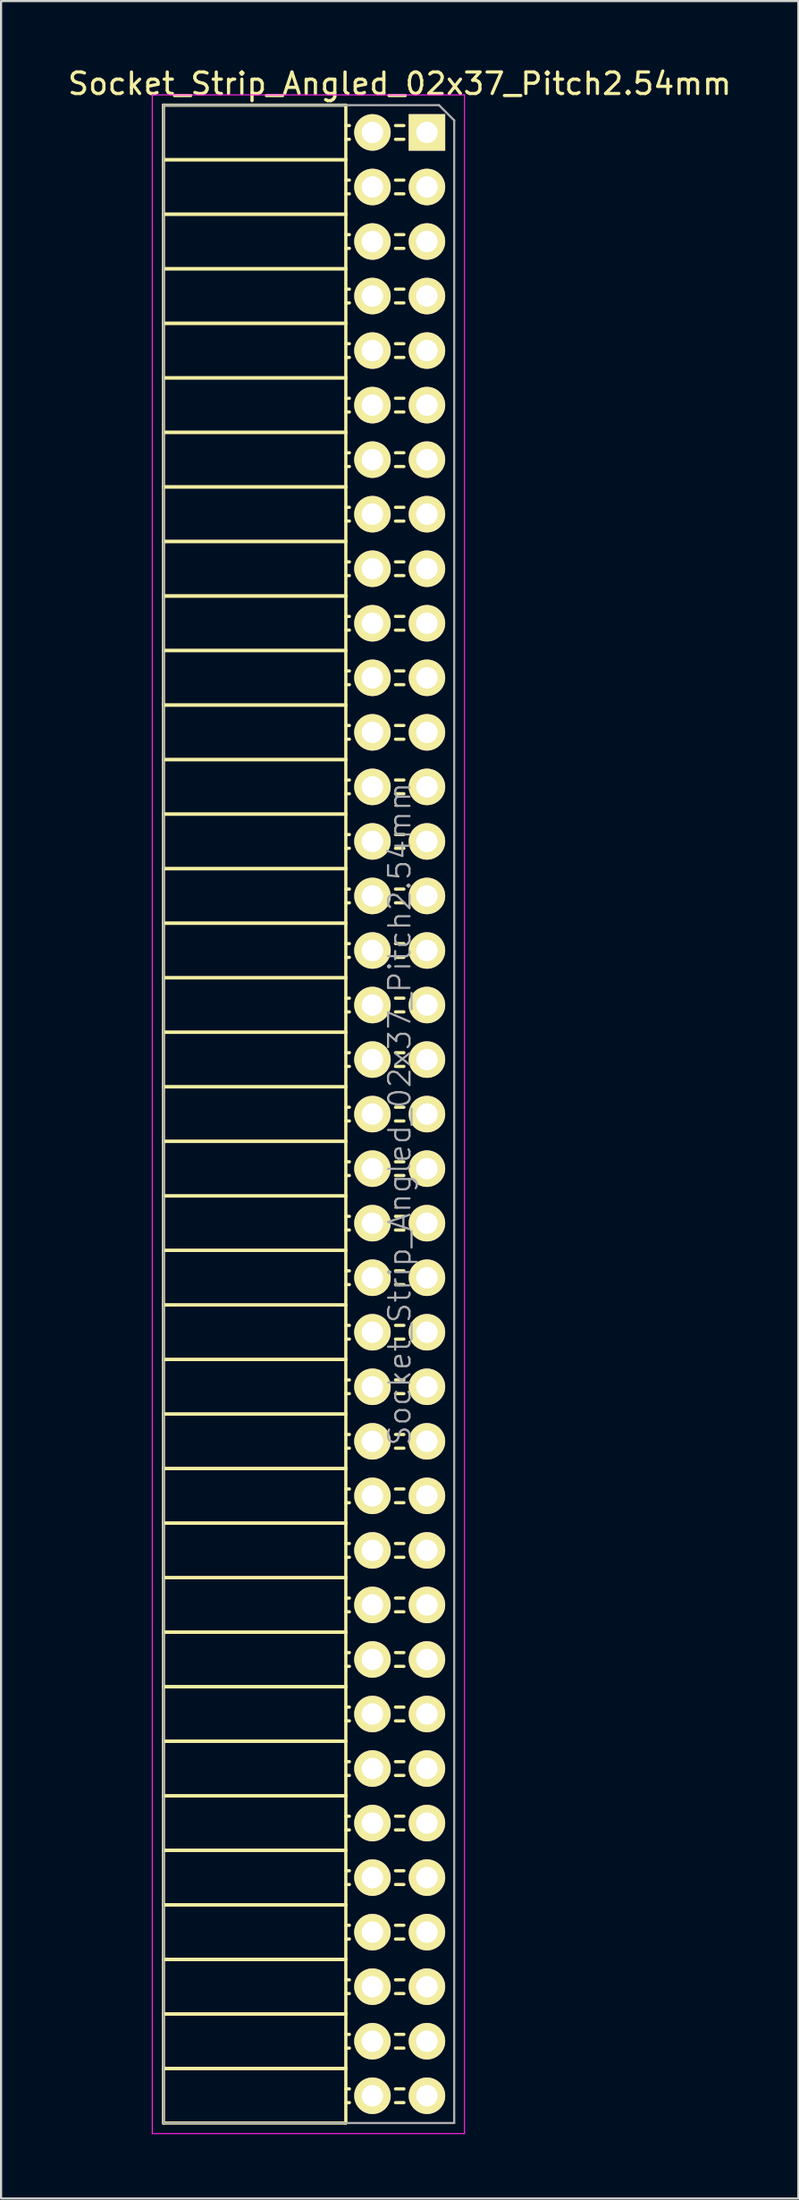
<source format=kicad_pcb>
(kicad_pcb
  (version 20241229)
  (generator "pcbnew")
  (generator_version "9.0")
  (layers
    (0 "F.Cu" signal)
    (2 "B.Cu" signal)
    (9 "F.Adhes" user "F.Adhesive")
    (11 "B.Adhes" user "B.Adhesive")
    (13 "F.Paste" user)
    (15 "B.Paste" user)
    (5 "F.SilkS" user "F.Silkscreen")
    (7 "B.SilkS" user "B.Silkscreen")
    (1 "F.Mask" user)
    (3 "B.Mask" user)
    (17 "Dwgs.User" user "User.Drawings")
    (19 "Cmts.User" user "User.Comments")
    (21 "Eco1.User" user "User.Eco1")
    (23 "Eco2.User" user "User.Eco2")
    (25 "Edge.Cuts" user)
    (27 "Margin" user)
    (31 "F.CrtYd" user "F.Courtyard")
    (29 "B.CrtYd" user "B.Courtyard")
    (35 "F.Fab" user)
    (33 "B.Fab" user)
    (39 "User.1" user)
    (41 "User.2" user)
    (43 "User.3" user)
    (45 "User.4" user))
  (footprint "Socket_Strip_Angled_02x37_Pitch2.54mm"
    (layer "F.Cu")
    (at 16.847 3.118)
    (property "Reference" "Socket_Strip_Angled_02x37_Pitch2.54mm" (at -1.27 -2.27 0) (layer "F.SilkS") (effects (font (size 1 1) (thickness 0.15))))
    (attr smd)
    (fp_line (start -12.28 -1.27) (end -12.28 1.27) (stroke (width 0.15) (type solid)) (layer "F.SilkS"))
    (fp_line (start -12.28 -1.27) (end -3.78 -1.27) (stroke (width 0.15) (type solid)) (layer "F.SilkS"))
    (fp_line (start -12.28 1.27) (end -12.28 3.81) (stroke (width 0.15) (type solid)) (layer "F.SilkS"))
    (fp_line (start -12.28 1.27) (end -3.78 1.27) (stroke (width 0.15) (type solid)) (layer "F.SilkS"))
    (fp_line (start -12.28 1.27) (end -3.78 1.27) (stroke (width 0.15) (type solid)) (layer "F.SilkS"))
    (fp_line (start -12.28 3.81) (end -12.28 6.35) (stroke (width 0.15) (type solid)) (layer "F.SilkS"))
    (fp_line (start -12.28 3.81) (end -3.78 3.81) (stroke (width 0.15) (type solid)) (layer "F.SilkS"))
    (fp_line (start -12.28 3.81) (end -3.78 3.81) (stroke (width 0.15) (type solid)) (layer "F.SilkS"))
    (fp_line (start -12.28 6.35) (end -12.28 8.89) (stroke (width 0.15) (type solid)) (layer "F.SilkS"))
    (fp_line (start -12.28 6.35) (end -3.78 6.35) (stroke (width 0.15) (type solid)) (layer "F.SilkS"))
    (fp_line (start -12.28 6.35) (end -3.78 6.35) (stroke (width 0.15) (type solid)) (layer "F.SilkS"))
    (fp_line (start -12.28 8.89) (end -12.28 11.43) (stroke (width 0.15) (type solid)) (layer "F.SilkS"))
    (fp_line (start -12.28 8.89) (end -3.78 8.89) (stroke (width 0.15) (type solid)) (layer "F.SilkS"))
    (fp_line (start -12.28 8.89) (end -3.78 8.89) (stroke (width 0.15) (type solid)) (layer "F.SilkS"))
    (fp_line (start -12.28 11.43) (end -12.28 13.97) (stroke (width 0.15) (type solid)) (layer "F.SilkS"))
    (fp_line (start -12.28 11.43) (end -3.78 11.43) (stroke (width 0.15) (type solid)) (layer "F.SilkS"))
    (fp_line (start -12.28 11.43) (end -3.78 11.43) (stroke (width 0.15) (type solid)) (layer "F.SilkS"))
    (fp_line (start -12.28 13.97) (end -12.28 16.51) (stroke (width 0.15) (type solid)) (layer "F.SilkS"))
    (fp_line (start -12.28 13.97) (end -3.78 13.97) (stroke (width 0.15) (type solid)) (layer "F.SilkS"))
    (fp_line (start -12.28 13.97) (end -3.78 13.97) (stroke (width 0.15) (type solid)) (layer "F.SilkS"))
    (fp_line (start -12.28 16.51) (end -12.28 19.05) (stroke (width 0.15) (type solid)) (layer "F.SilkS"))
    (fp_line (start -12.28 16.51) (end -3.78 16.51) (stroke (width 0.15) (type solid)) (layer "F.SilkS"))
    (fp_line (start -12.28 16.51) (end -3.78 16.51) (stroke (width 0.15) (type solid)) (layer "F.SilkS"))
    (fp_line (start -12.28 19.05) (end -12.28 21.59) (stroke (width 0.15) (type solid)) (layer "F.SilkS"))
    (fp_line (start -12.28 19.05) (end -3.78 19.05) (stroke (width 0.15) (type solid)) (layer "F.SilkS"))
    (fp_line (start -12.28 19.05) (end -3.78 19.05) (stroke (width 0.15) (type solid)) (layer "F.SilkS"))
    (fp_line (start -12.28 21.59) (end -12.28 24.13) (stroke (width 0.15) (type solid)) (layer "F.SilkS"))
    (fp_line (start -12.28 21.59) (end -3.78 21.59) (stroke (width 0.15) (type solid)) (layer "F.SilkS"))
    (fp_line (start -12.28 21.59) (end -3.78 21.59) (stroke (width 0.15) (type solid)) (layer "F.SilkS"))
    (fp_line (start -12.28 24.13) (end -12.28 26.67) (stroke (width 0.15) (type solid)) (layer "F.SilkS"))
    (fp_line (start -12.28 24.13) (end -3.78 24.13) (stroke (width 0.15) (type solid)) (layer "F.SilkS"))
    (fp_line (start -12.28 24.13) (end -3.78 24.13) (stroke (width 0.15) (type solid)) (layer "F.SilkS"))
    (fp_line (start -12.28 26.67) (end -12.28 29.21) (stroke (width 0.15) (type solid)) (layer "F.SilkS"))
    (fp_line (start -12.28 26.67) (end -3.78 26.67) (stroke (width 0.15) (type solid)) (layer "F.SilkS"))
    (fp_line (start -12.28 26.67) (end -3.78 26.67) (stroke (width 0.15) (type solid)) (layer "F.SilkS"))
    (fp_line (start -12.28 29.21) (end -12.28 31.75) (stroke (width 0.15) (type solid)) (layer "F.SilkS"))
    (fp_line (start -12.28 29.21) (end -3.78 29.21) (stroke (width 0.15) (type solid)) (layer "F.SilkS"))
    (fp_line (start -12.28 29.21) (end -3.78 29.21) (stroke (width 0.15) (type solid)) (layer "F.SilkS"))
    (fp_line (start -12.28 31.75) (end -12.28 34.29) (stroke (width 0.15) (type solid)) (layer "F.SilkS"))
    (fp_line (start -12.28 31.75) (end -3.78 31.75) (stroke (width 0.15) (type solid)) (layer "F.SilkS"))
    (fp_line (start -12.28 31.75) (end -3.78 31.75) (stroke (width 0.15) (type solid)) (layer "F.SilkS"))
    (fp_line (start -12.28 34.29) (end -12.28 36.83) (stroke (width 0.15) (type solid)) (layer "F.SilkS"))
    (fp_line (start -12.28 34.29) (end -3.78 34.29) (stroke (width 0.15) (type solid)) (layer "F.SilkS"))
    (fp_line (start -12.28 34.29) (end -3.78 34.29) (stroke (width 0.15) (type solid)) (layer "F.SilkS"))
    (fp_line (start -12.28 36.83) (end -12.28 39.37) (stroke (width 0.15) (type solid)) (layer "F.SilkS"))
    (fp_line (start -12.28 36.83) (end -3.78 36.83) (stroke (width 0.15) (type solid)) (layer "F.SilkS"))
    (fp_line (start -12.28 36.83) (end -3.78 36.83) (stroke (width 0.15) (type solid)) (layer "F.SilkS"))
    (fp_line (start -12.28 39.37) (end -12.28 41.91) (stroke (width 0.15) (type solid)) (layer "F.SilkS"))
    (fp_line (start -12.28 39.37) (end -3.78 39.37) (stroke (width 0.15) (type solid)) (layer "F.SilkS"))
    (fp_line (start -12.28 39.37) (end -3.78 39.37) (stroke (width 0.15) (type solid)) (layer "F.SilkS"))
    (fp_line (start -12.28 41.91) (end -12.28 44.45) (stroke (width 0.15) (type solid)) (layer "F.SilkS"))
    (fp_line (start -12.28 41.91) (end -3.78 41.91) (stroke (width 0.15) (type solid)) (layer "F.SilkS"))
    (fp_line (start -12.28 41.91) (end -3.78 41.91) (stroke (width 0.15) (type solid)) (layer "F.SilkS"))
    (fp_line (start -12.28 44.45) (end -12.28 46.99) (stroke (width 0.15) (type solid)) (layer "F.SilkS"))
    (fp_line (start -12.28 44.45) (end -3.78 44.45) (stroke (width 0.15) (type solid)) (layer "F.SilkS"))
    (fp_line (start -12.28 44.45) (end -3.78 44.45) (stroke (width 0.15) (type solid)) (layer "F.SilkS"))
    (fp_line (start -12.28 46.99) (end -12.28 49.53) (stroke (width 0.15) (type solid)) (layer "F.SilkS"))
    (fp_line (start -12.28 46.99) (end -3.78 46.99) (stroke (width 0.15) (type solid)) (layer "F.SilkS"))
    (fp_line (start -12.28 46.99) (end -3.78 46.99) (stroke (width 0.15) (type solid)) (layer "F.SilkS"))
    (fp_line (start -12.28 49.53) (end -12.28 52.07) (stroke (width 0.15) (type solid)) (layer "F.SilkS"))
    (fp_line (start -12.28 49.53) (end -3.78 49.53) (stroke (width 0.15) (type solid)) (layer "F.SilkS"))
    (fp_line (start -12.28 49.53) (end -3.78 49.53) (stroke (width 0.15) (type solid)) (layer "F.SilkS"))
    (fp_line (start -12.28 52.07) (end -12.28 54.61) (stroke (width 0.15) (type solid)) (layer "F.SilkS"))
    (fp_line (start -12.28 52.07) (end -3.78 52.07) (stroke (width 0.15) (type solid)) (layer "F.SilkS"))
    (fp_line (start -12.28 52.07) (end -3.78 52.07) (stroke (width 0.15) (type solid)) (layer "F.SilkS"))
    (fp_line (start -12.28 54.61) (end -12.28 57.15) (stroke (width 0.15) (type solid)) (layer "F.SilkS"))
    (fp_line (start -12.28 54.61) (end -3.78 54.61) (stroke (width 0.15) (type solid)) (layer "F.SilkS"))
    (fp_line (start -12.28 54.61) (end -3.78 54.61) (stroke (width 0.15) (type solid)) (layer "F.SilkS"))
    (fp_line (start -12.28 57.15) (end -12.28 59.69) (stroke (width 0.15) (type solid)) (layer "F.SilkS"))
    (fp_line (start -12.28 57.15) (end -3.78 57.15) (stroke (width 0.15) (type solid)) (layer "F.SilkS"))
    (fp_line (start -12.28 57.15) (end -3.78 57.15) (stroke (width 0.15) (type solid)) (layer "F.SilkS"))
    (fp_line (start -12.28 59.69) (end -12.28 62.23) (stroke (width 0.15) (type solid)) (layer "F.SilkS"))
    (fp_line (start -12.28 59.69) (end -3.78 59.69) (stroke (width 0.15) (type solid)) (layer "F.SilkS"))
    (fp_line (start -12.28 59.69) (end -3.78 59.69) (stroke (width 0.15) (type solid)) (layer "F.SilkS"))
    (fp_line (start -12.28 62.23) (end -12.28 64.77) (stroke (width 0.15) (type solid)) (layer "F.SilkS"))
    (fp_line (start -12.28 62.23) (end -3.78 62.23) (stroke (width 0.15) (type solid)) (layer "F.SilkS"))
    (fp_line (start -12.28 62.23) (end -3.78 62.23) (stroke (width 0.15) (type solid)) (layer "F.SilkS"))
    (fp_line (start -12.28 64.77) (end -12.28 67.31) (stroke (width 0.15) (type solid)) (layer "F.SilkS"))
    (fp_line (start -12.28 64.77) (end -3.78 64.77) (stroke (width 0.15) (type solid)) (layer "F.SilkS"))
    (fp_line (start -12.28 64.77) (end -3.78 64.77) (stroke (width 0.15) (type solid)) (layer "F.SilkS"))
    (fp_line (start -12.28 67.31) (end -12.28 69.85) (stroke (width 0.15) (type solid)) (layer "F.SilkS"))
    (fp_line (start -12.28 67.31) (end -3.78 67.31) (stroke (width 0.15) (type solid)) (layer "F.SilkS"))
    (fp_line (start -12.28 67.31) (end -3.78 67.31) (stroke (width 0.15) (type solid)) (layer "F.SilkS"))
    (fp_line (start -12.28 69.85) (end -12.28 72.39) (stroke (width 0.15) (type solid)) (layer "F.SilkS"))
    (fp_line (start -12.28 69.85) (end -3.78 69.85) (stroke (width 0.15) (type solid)) (layer "F.SilkS"))
    (fp_line (start -12.28 69.85) (end -3.78 69.85) (stroke (width 0.15) (type solid)) (layer "F.SilkS"))
    (fp_line (start -12.28 72.39) (end -12.28 74.93) (stroke (width 0.15) (type solid)) (layer "F.SilkS"))
    (fp_line (start -12.28 72.39) (end -3.78 72.39) (stroke (width 0.15) (type solid)) (layer "F.SilkS"))
    (fp_line (start -12.28 72.39) (end -3.78 72.39) (stroke (width 0.15) (type solid)) (layer "F.SilkS"))
    (fp_line (start -12.28 74.93) (end -12.28 77.47) (stroke (width 0.15) (type solid)) (layer "F.SilkS"))
    (fp_line (start -12.28 74.93) (end -3.78 74.93) (stroke (width 0.15) (type solid)) (layer "F.SilkS"))
    (fp_line (start -12.28 74.93) (end -3.78 74.93) (stroke (width 0.15) (type solid)) (layer "F.SilkS"))
    (fp_line (start -12.28 77.47) (end -12.28 80.01) (stroke (width 0.15) (type solid)) (layer "F.SilkS"))
    (fp_line (start -12.28 77.47) (end -3.78 77.47) (stroke (width 0.15) (type solid)) (layer "F.SilkS"))
    (fp_line (start -12.28 77.47) (end -3.78 77.47) (stroke (width 0.15) (type solid)) (layer "F.SilkS"))
    (fp_line (start -12.28 80.01) (end -12.28 82.55) (stroke (width 0.15) (type solid)) (layer "F.SilkS"))
    (fp_line (start -12.28 80.01) (end -3.78 80.01) (stroke (width 0.15) (type solid)) (layer "F.SilkS"))
    (fp_line (start -12.28 80.01) (end -3.78 80.01) (stroke (width 0.15) (type solid)) (layer "F.SilkS"))
    (fp_line (start -12.28 82.55) (end -12.28 85.09) (stroke (width 0.15) (type solid)) (layer "F.SilkS"))
    (fp_line (start -12.28 82.55) (end -3.78 82.55) (stroke (width 0.15) (type solid)) (layer "F.SilkS"))
    (fp_line (start -12.28 82.55) (end -3.78 82.55) (stroke (width 0.15) (type solid)) (layer "F.SilkS"))
    (fp_line (start -12.28 85.09) (end -12.28 87.63) (stroke (width 0.15) (type solid)) (layer "F.SilkS"))
    (fp_line (start -12.28 85.09) (end -3.78 85.09) (stroke (width 0.15) (type solid)) (layer "F.SilkS"))
    (fp_line (start -12.28 85.09) (end -3.78 85.09) (stroke (width 0.15) (type solid)) (layer "F.SilkS"))
    (fp_line (start -12.28 87.63) (end -12.28 90.17) (stroke (width 0.15) (type solid)) (layer "F.SilkS"))
    (fp_line (start -12.28 87.63) (end -3.78 87.63) (stroke (width 0.15) (type solid)) (layer "F.SilkS"))
    (fp_line (start -12.28 87.63) (end -3.78 87.63) (stroke (width 0.15) (type solid)) (layer "F.SilkS"))
    (fp_line (start -12.28 90.17) (end -12.28 92.71) (stroke (width 0.15) (type solid)) (layer "F.SilkS"))
    (fp_line (start -12.28 90.17) (end -3.78 90.17) (stroke (width 0.15) (type solid)) (layer "F.SilkS"))
    (fp_line (start -12.28 90.17) (end -3.78 90.17) (stroke (width 0.15) (type solid)) (layer "F.SilkS"))
    (fp_line (start -12.28 92.71) (end -3.78 92.71) (stroke (width 0.15) (type solid)) (layer "F.SilkS"))
    (fp_line (start -3.78 -1.27) (end -3.78 1.27) (stroke (width 0.15) (type solid)) (layer "F.SilkS"))
    (fp_line (start -3.78 -0.32) (end -3.615 -0.32) (stroke (width 0.15) (type solid)) (layer "F.SilkS"))
    (fp_line (start -3.78 0.32) (end -3.615 0.32) (stroke (width 0.15) (type solid)) (layer "F.SilkS"))
    (fp_line (start -3.78 1.27) (end -3.78 3.81) (stroke (width 0.15) (type solid)) (layer "F.SilkS"))
    (fp_line (start -3.78 2.22) (end -3.615 2.22) (stroke (width 0.15) (type solid)) (layer "F.SilkS"))
    (fp_line (start -3.78 2.86) (end -3.615 2.86) (stroke (width 0.15) (type solid)) (layer "F.SilkS"))
    (fp_line (start -3.78 3.81) (end -3.78 6.35) (stroke (width 0.15) (type solid)) (layer "F.SilkS"))
    (fp_line (start -3.78 4.76) (end -3.615 4.76) (stroke (width 0.15) (type solid)) (layer "F.SilkS"))
    (fp_line (start -3.78 5.4) (end -3.615 5.4) (stroke (width 0.15) (type solid)) (layer "F.SilkS"))
    (fp_line (start -3.78 6.35) (end -3.78 8.89) (stroke (width 0.15) (type solid)) (layer "F.SilkS"))
    (fp_line (start -3.78 7.3) (end -3.615 7.3) (stroke (width 0.15) (type solid)) (layer "F.SilkS"))
    (fp_line (start -3.78 7.94) (end -3.615 7.94) (stroke (width 0.15) (type solid)) (layer "F.SilkS"))
    (fp_line (start -3.78 8.89) (end -3.78 11.43) (stroke (width 0.15) (type solid)) (layer "F.SilkS"))
    (fp_line (start -3.78 9.84) (end -3.615 9.84) (stroke (width 0.15) (type solid)) (layer "F.SilkS"))
    (fp_line (start -3.78 10.48) (end -3.615 10.48) (stroke (width 0.15) (type solid)) (layer "F.SilkS"))
    (fp_line (start -3.78 11.43) (end -3.78 13.97) (stroke (width 0.15) (type solid)) (layer "F.SilkS"))
    (fp_line (start -3.78 12.38) (end -3.615 12.38) (stroke (width 0.15) (type solid)) (layer "F.SilkS"))
    (fp_line (start -3.78 13.02) (end -3.615 13.02) (stroke (width 0.15) (type solid)) (layer "F.SilkS"))
    (fp_line (start -3.78 13.97) (end -3.78 16.51) (stroke (width 0.15) (type solid)) (layer "F.SilkS"))
    (fp_line (start -3.78 14.92) (end -3.615 14.92) (stroke (width 0.15) (type solid)) (layer "F.SilkS"))
    (fp_line (start -3.78 15.56) (end -3.615 15.56) (stroke (width 0.15) (type solid)) (layer "F.SilkS"))
    (fp_line (start -3.78 16.51) (end -3.78 19.05) (stroke (width 0.15) (type solid)) (layer "F.SilkS"))
    (fp_line (start -3.78 17.46) (end -3.615 17.46) (stroke (width 0.15) (type solid)) (layer "F.SilkS"))
    (fp_line (start -3.78 18.1) (end -3.615 18.1) (stroke (width 0.15) (type solid)) (layer "F.SilkS"))
    (fp_line (start -3.78 19.05) (end -3.78 21.59) (stroke (width 0.15) (type solid)) (layer "F.SilkS"))
    (fp_line (start -3.78 20) (end -3.615 20) (stroke (width 0.15) (type solid)) (layer "F.SilkS"))
    (fp_line (start -3.78 20.64) (end -3.615 20.64) (stroke (width 0.15) (type solid)) (layer "F.SilkS"))
    (fp_line (start -3.78 21.59) (end -3.78 24.13) (stroke (width 0.15) (type solid)) (layer "F.SilkS"))
    (fp_line (start -3.78 22.54) (end -3.615 22.54) (stroke (width 0.15) (type solid)) (layer "F.SilkS"))
    (fp_line (start -3.78 23.18) (end -3.615 23.18) (stroke (width 0.15) (type solid)) (layer "F.SilkS"))
    (fp_line (start -3.78 24.13) (end -3.78 26.67) (stroke (width 0.15) (type solid)) (layer "F.SilkS"))
    (fp_line (start -3.78 25.08) (end -3.615 25.08) (stroke (width 0.15) (type solid)) (layer "F.SilkS"))
    (fp_line (start -3.78 25.72) (end -3.615 25.72) (stroke (width 0.15) (type solid)) (layer "F.SilkS"))
    (fp_line (start -3.78 26.67) (end -3.78 29.21) (stroke (width 0.15) (type solid)) (layer "F.SilkS"))
    (fp_line (start -3.78 27.62) (end -3.615 27.62) (stroke (width 0.15) (type solid)) (layer "F.SilkS"))
    (fp_line (start -3.78 28.26) (end -3.615 28.26) (stroke (width 0.15) (type solid)) (layer "F.SilkS"))
    (fp_line (start -3.78 29.21) (end -3.78 31.75) (stroke (width 0.15) (type solid)) (layer "F.SilkS"))
    (fp_line (start -3.78 30.16) (end -3.615 30.16) (stroke (width 0.15) (type solid)) (layer "F.SilkS"))
    (fp_line (start -3.78 30.8) (end -3.615 30.8) (stroke (width 0.15) (type solid)) (layer "F.SilkS"))
    (fp_line (start -3.78 31.75) (end -3.78 34.29) (stroke (width 0.15) (type solid)) (layer "F.SilkS"))
    (fp_line (start -3.78 32.7) (end -3.615 32.7) (stroke (width 0.15) (type solid)) (layer "F.SilkS"))
    (fp_line (start -3.78 33.34) (end -3.615 33.34) (stroke (width 0.15) (type solid)) (layer "F.SilkS"))
    (fp_line (start -3.78 34.29) (end -3.78 36.83) (stroke (width 0.15) (type solid)) (layer "F.SilkS"))
    (fp_line (start -3.78 35.24) (end -3.615 35.24) (stroke (width 0.15) (type solid)) (layer "F.SilkS"))
    (fp_line (start -3.78 35.88) (end -3.615 35.88) (stroke (width 0.15) (type solid)) (layer "F.SilkS"))
    (fp_line (start -3.78 36.83) (end -3.78 39.37) (stroke (width 0.15) (type solid)) (layer "F.SilkS"))
    (fp_line (start -3.78 37.78) (end -3.615 37.78) (stroke (width 0.15) (type solid)) (layer "F.SilkS"))
    (fp_line (start -3.78 38.42) (end -3.615 38.42) (stroke (width 0.15) (type solid)) (layer "F.SilkS"))
    (fp_line (start -3.78 39.37) (end -3.78 41.91) (stroke (width 0.15) (type solid)) (layer "F.SilkS"))
    (fp_line (start -3.78 40.32) (end -3.615 40.32) (stroke (width 0.15) (type solid)) (layer "F.SilkS"))
    (fp_line (start -3.78 40.96) (end -3.615 40.96) (stroke (width 0.15) (type solid)) (layer "F.SilkS"))
    (fp_line (start -3.78 41.91) (end -3.78 44.45) (stroke (width 0.15) (type solid)) (layer "F.SilkS"))
    (fp_line (start -3.78 42.86) (end -3.615 42.86) (stroke (width 0.15) (type solid)) (layer "F.SilkS"))
    (fp_line (start -3.78 43.5) (end -3.615 43.5) (stroke (width 0.15) (type solid)) (layer "F.SilkS"))
    (fp_line (start -3.78 44.45) (end -3.78 46.99) (stroke (width 0.15) (type solid)) (layer "F.SilkS"))
    (fp_line (start -3.78 45.4) (end -3.615 45.4) (stroke (width 0.15) (type solid)) (layer "F.SilkS"))
    (fp_line (start -3.78 46.04) (end -3.615 46.04) (stroke (width 0.15) (type solid)) (layer "F.SilkS"))
    (fp_line (start -3.78 46.99) (end -3.78 49.53) (stroke (width 0.15) (type solid)) (layer "F.SilkS"))
    (fp_line (start -3.78 47.94) (end -3.615 47.94) (stroke (width 0.15) (type solid)) (layer "F.SilkS"))
    (fp_line (start -3.78 48.58) (end -3.615 48.58) (stroke (width 0.15) (type solid)) (layer "F.SilkS"))
    (fp_line (start -3.78 49.53) (end -3.78 52.07) (stroke (width 0.15) (type solid)) (layer "F.SilkS"))
    (fp_line (start -3.78 50.48) (end -3.615 50.48) (stroke (width 0.15) (type solid)) (layer "F.SilkS"))
    (fp_line (start -3.78 51.12) (end -3.615 51.12) (stroke (width 0.15) (type solid)) (layer "F.SilkS"))
    (fp_line (start -3.78 52.07) (end -3.78 54.61) (stroke (width 0.15) (type solid)) (layer "F.SilkS"))
    (fp_line (start -3.78 53.02) (end -3.615 53.02) (stroke (width 0.15) (type solid)) (layer "F.SilkS"))
    (fp_line (start -3.78 53.66) (end -3.615 53.66) (stroke (width 0.15) (type solid)) (layer "F.SilkS"))
    (fp_line (start -3.78 54.61) (end -3.78 57.15) (stroke (width 0.15) (type solid)) (layer "F.SilkS"))
    (fp_line (start -3.78 55.56) (end -3.615 55.56) (stroke (width 0.15) (type solid)) (layer "F.SilkS"))
    (fp_line (start -3.78 56.2) (end -3.615 56.2) (stroke (width 0.15) (type solid)) (layer "F.SilkS"))
    (fp_line (start -3.78 57.15) (end -3.78 59.69) (stroke (width 0.15) (type solid)) (layer "F.SilkS"))
    (fp_line (start -3.78 58.1) (end -3.615 58.1) (stroke (width 0.15) (type solid)) (layer "F.SilkS"))
    (fp_line (start -3.78 58.74) (end -3.615 58.74) (stroke (width 0.15) (type solid)) (layer "F.SilkS"))
    (fp_line (start -3.78 59.69) (end -3.78 62.23) (stroke (width 0.15) (type solid)) (layer "F.SilkS"))
    (fp_line (start -3.78 60.64) (end -3.615 60.64) (stroke (width 0.15) (type solid)) (layer "F.SilkS"))
    (fp_line (start -3.78 61.28) (end -3.615 61.28) (stroke (width 0.15) (type solid)) (layer "F.SilkS"))
    (fp_line (start -3.78 62.23) (end -3.78 64.77) (stroke (width 0.15) (type solid)) (layer "F.SilkS"))
    (fp_line (start -3.78 63.18) (end -3.615 63.18) (stroke (width 0.15) (type solid)) (layer "F.SilkS"))
    (fp_line (start -3.78 63.82) (end -3.615 63.82) (stroke (width 0.15) (type solid)) (layer "F.SilkS"))
    (fp_line (start -3.78 64.77) (end -3.78 67.31) (stroke (width 0.15) (type solid)) (layer "F.SilkS"))
    (fp_line (start -3.78 65.72) (end -3.615 65.72) (stroke (width 0.15) (type solid)) (layer "F.SilkS"))
    (fp_line (start -3.78 66.36) (end -3.615 66.36) (stroke (width 0.15) (type solid)) (layer "F.SilkS"))
    (fp_line (start -3.78 67.31) (end -3.78 69.85) (stroke (width 0.15) (type solid)) (layer "F.SilkS"))
    (fp_line (start -3.78 68.26) (end -3.615 68.26) (stroke (width 0.15) (type solid)) (layer "F.SilkS"))
    (fp_line (start -3.78 68.9) (end -3.615 68.9) (stroke (width 0.15) (type solid)) (layer "F.SilkS"))
    (fp_line (start -3.78 69.85) (end -3.78 72.39) (stroke (width 0.15) (type solid)) (layer "F.SilkS"))
    (fp_line (start -3.78 70.8) (end -3.615 70.8) (stroke (width 0.15) (type solid)) (layer "F.SilkS"))
    (fp_line (start -3.78 71.44) (end -3.615 71.44) (stroke (width 0.15) (type solid)) (layer "F.SilkS"))
    (fp_line (start -3.78 72.39) (end -3.78 74.93) (stroke (width 0.15) (type solid)) (layer "F.SilkS"))
    (fp_line (start -3.78 73.34) (end -3.615 73.34) (stroke (width 0.15) (type solid)) (layer "F.SilkS"))
    (fp_line (start -3.78 73.98) (end -3.615 73.98) (stroke (width 0.15) (type solid)) (layer "F.SilkS"))
    (fp_line (start -3.78 74.93) (end -3.78 77.47) (stroke (width 0.15) (type solid)) (layer "F.SilkS"))
    (fp_line (start -3.78 75.88) (end -3.615 75.88) (stroke (width 0.15) (type solid)) (layer "F.SilkS"))
    (fp_line (start -3.78 76.52) (end -3.615 76.52) (stroke (width 0.15) (type solid)) (layer "F.SilkS"))
    (fp_line (start -3.78 77.47) (end -3.78 80.01) (stroke (width 0.15) (type solid)) (layer "F.SilkS"))
    (fp_line (start -3.78 78.42) (end -3.615 78.42) (stroke (width 0.15) (type solid)) (layer "F.SilkS"))
    (fp_line (start -3.78 79.06) (end -3.615 79.06) (stroke (width 0.15) (type solid)) (layer "F.SilkS"))
    (fp_line (start -3.78 80.01) (end -3.78 82.55) (stroke (width 0.15) (type solid)) (layer "F.SilkS"))
    (fp_line (start -3.78 80.96) (end -3.615 80.96) (stroke (width 0.15) (type solid)) (layer "F.SilkS"))
    (fp_line (start -3.78 81.6) (end -3.615 81.6) (stroke (width 0.15) (type solid)) (layer "F.SilkS"))
    (fp_line (start -3.78 82.55) (end -3.78 85.09) (stroke (width 0.15) (type solid)) (layer "F.SilkS"))
    (fp_line (start -3.78 83.5) (end -3.615 83.5) (stroke (width 0.15) (type solid)) (layer "F.SilkS"))
    (fp_line (start -3.78 84.14) (end -3.615 84.14) (stroke (width 0.15) (type solid)) (layer "F.SilkS"))
    (fp_line (start -3.78 85.09) (end -3.78 87.63) (stroke (width 0.15) (type solid)) (layer "F.SilkS"))
    (fp_line (start -3.78 86.04) (end -3.615 86.04) (stroke (width 0.15) (type solid)) (layer "F.SilkS"))
    (fp_line (start -3.78 86.68) (end -3.615 86.68) (stroke (width 0.15) (type solid)) (layer "F.SilkS"))
    (fp_line (start -3.78 87.63) (end -3.78 90.17) (stroke (width 0.15) (type solid)) (layer "F.SilkS"))
    (fp_line (start -3.78 88.58) (end -3.615 88.58) (stroke (width 0.15) (type solid)) (layer "F.SilkS"))
    (fp_line (start -3.78 89.22) (end -3.615 89.22) (stroke (width 0.15) (type solid)) (layer "F.SilkS"))
    (fp_line (start -3.78 90.17) (end -3.78 92.71) (stroke (width 0.15) (type solid)) (layer "F.SilkS"))
    (fp_line (start -3.78 91.12) (end -3.615 91.12) (stroke (width 0.15) (type solid)) (layer "F.SilkS"))
    (fp_line (start -3.78 91.76) (end -3.615 91.76) (stroke (width 0.15) (type solid)) (layer "F.SilkS"))
    (fp_line (start -1.075 -0.32) (end -1.465 -0.32) (stroke (width 0.15) (type solid)) (layer "F.SilkS"))
    (fp_line (start -1.075 0.32) (end -1.465 0.32) (stroke (width 0.15) (type solid)) (layer "F.SilkS"))
    (fp_line (start -1.075 2.22) (end -1.465 2.22) (stroke (width 0.15) (type solid)) (layer "F.SilkS"))
    (fp_line (start -1.075 2.86) (end -1.465 2.86) (stroke (width 0.15) (type solid)) (layer "F.SilkS"))
    (fp_line (start -1.075 4.76) (end -1.465 4.76) (stroke (width 0.15) (type solid)) (layer "F.SilkS"))
    (fp_line (start -1.075 5.4) (end -1.465 5.4) (stroke (width 0.15) (type solid)) (layer "F.SilkS"))
    (fp_line (start -1.075 7.3) (end -1.465 7.3) (stroke (width 0.15) (type solid)) (layer "F.SilkS"))
    (fp_line (start -1.075 7.94) (end -1.465 7.94) (stroke (width 0.15) (type solid)) (layer "F.SilkS"))
    (fp_line (start -1.075 9.84) (end -1.465 9.84) (stroke (width 0.15) (type solid)) (layer "F.SilkS"))
    (fp_line (start -1.075 10.48) (end -1.465 10.48) (stroke (width 0.15) (type solid)) (layer "F.SilkS"))
    (fp_line (start -1.075 12.38) (end -1.465 12.38) (stroke (width 0.15) (type solid)) (layer "F.SilkS"))
    (fp_line (start -1.075 13.02) (end -1.465 13.02) (stroke (width 0.15) (type solid)) (layer "F.SilkS"))
    (fp_line (start -1.075 14.92) (end -1.465 14.92) (stroke (width 0.15) (type solid)) (layer "F.SilkS"))
    (fp_line (start -1.075 15.56) (end -1.465 15.56) (stroke (width 0.15) (type solid)) (layer "F.SilkS"))
    (fp_line (start -1.075 17.46) (end -1.465 17.46) (stroke (width 0.15) (type solid)) (layer "F.SilkS"))
    (fp_line (start -1.075 18.1) (end -1.465 18.1) (stroke (width 0.15) (type solid)) (layer "F.SilkS"))
    (fp_line (start -1.075 20) (end -1.465 20) (stroke (width 0.15) (type solid)) (layer "F.SilkS"))
    (fp_line (start -1.075 20.64) (end -1.465 20.64) (stroke (width 0.15) (type solid)) (layer "F.SilkS"))
    (fp_line (start -1.075 22.54) (end -1.465 22.54) (stroke (width 0.15) (type solid)) (layer "F.SilkS"))
    (fp_line (start -1.075 23.18) (end -1.465 23.18) (stroke (width 0.15) (type solid)) (layer "F.SilkS"))
    (fp_line (start -1.075 25.08) (end -1.465 25.08) (stroke (width 0.15) (type solid)) (layer "F.SilkS"))
    (fp_line (start -1.075 25.72) (end -1.465 25.72) (stroke (width 0.15) (type solid)) (layer "F.SilkS"))
    (fp_line (start -1.075 27.62) (end -1.465 27.62) (stroke (width 0.15) (type solid)) (layer "F.SilkS"))
    (fp_line (start -1.075 28.26) (end -1.465 28.26) (stroke (width 0.15) (type solid)) (layer "F.SilkS"))
    (fp_line (start -1.075 30.16) (end -1.465 30.16) (stroke (width 0.15) (type solid)) (layer "F.SilkS"))
    (fp_line (start -1.075 30.8) (end -1.465 30.8) (stroke (width 0.15) (type solid)) (layer "F.SilkS"))
    (fp_line (start -1.075 32.7) (end -1.465 32.7) (stroke (width 0.15) (type solid)) (layer "F.SilkS"))
    (fp_line (start -1.075 33.34) (end -1.465 33.34) (stroke (width 0.15) (type solid)) (layer "F.SilkS"))
    (fp_line (start -1.075 35.24) (end -1.465 35.24) (stroke (width 0.15) (type solid)) (layer "F.SilkS"))
    (fp_line (start -1.075 35.88) (end -1.465 35.88) (stroke (width 0.15) (type solid)) (layer "F.SilkS"))
    (fp_line (start -1.075 37.78) (end -1.465 37.78) (stroke (width 0.15) (type solid)) (layer "F.SilkS"))
    (fp_line (start -1.075 38.42) (end -1.465 38.42) (stroke (width 0.15) (type solid)) (layer "F.SilkS"))
    (fp_line (start -1.075 40.32) (end -1.465 40.32) (stroke (width 0.15) (type solid)) (layer "F.SilkS"))
    (fp_line (start -1.075 40.96) (end -1.465 40.96) (stroke (width 0.15) (type solid)) (layer "F.SilkS"))
    (fp_line (start -1.075 42.86) (end -1.465 42.86) (stroke (width 0.15) (type solid)) (layer "F.SilkS"))
    (fp_line (start -1.075 43.5) (end -1.465 43.5) (stroke (width 0.15) (type solid)) (layer "F.SilkS"))
    (fp_line (start -1.075 45.4) (end -1.465 45.4) (stroke (width 0.15) (type solid)) (layer "F.SilkS"))
    (fp_line (start -1.075 46.04) (end -1.465 46.04) (stroke (width 0.15) (type solid)) (layer "F.SilkS"))
    (fp_line (start -1.075 47.94) (end -1.465 47.94) (stroke (width 0.15) (type solid)) (layer "F.SilkS"))
    (fp_line (start -1.075 48.58) (end -1.465 48.58) (stroke (width 0.15) (type solid)) (layer "F.SilkS"))
    (fp_line (start -1.075 50.48) (end -1.465 50.48) (stroke (width 0.15) (type solid)) (layer "F.SilkS"))
    (fp_line (start -1.075 51.12) (end -1.465 51.12) (stroke (width 0.15) (type solid)) (layer "F.SilkS"))
    (fp_line (start -1.075 53.02) (end -1.465 53.02) (stroke (width 0.15) (type solid)) (layer "F.SilkS"))
    (fp_line (start -1.075 53.66) (end -1.465 53.66) (stroke (width 0.15) (type solid)) (layer "F.SilkS"))
    (fp_line (start -1.075 55.56) (end -1.465 55.56) (stroke (width 0.15) (type solid)) (layer "F.SilkS"))
    (fp_line (start -1.075 56.2) (end -1.465 56.2) (stroke (width 0.15) (type solid)) (layer "F.SilkS"))
    (fp_line (start -1.075 58.1) (end -1.465 58.1) (stroke (width 0.15) (type solid)) (layer "F.SilkS"))
    (fp_line (start -1.075 58.74) (end -1.465 58.74) (stroke (width 0.15) (type solid)) (layer "F.SilkS"))
    (fp_line (start -1.075 60.64) (end -1.465 60.64) (stroke (width 0.15) (type solid)) (layer "F.SilkS"))
    (fp_line (start -1.075 61.28) (end -1.465 61.28) (stroke (width 0.15) (type solid)) (layer "F.SilkS"))
    (fp_line (start -1.075 63.18) (end -1.465 63.18) (stroke (width 0.15) (type solid)) (layer "F.SilkS"))
    (fp_line (start -1.075 63.82) (end -1.465 63.82) (stroke (width 0.15) (type solid)) (layer "F.SilkS"))
    (fp_line (start -1.075 65.72) (end -1.465 65.72) (stroke (width 0.15) (type solid)) (layer "F.SilkS"))
    (fp_line (start -1.075 66.36) (end -1.465 66.36) (stroke (width 0.15) (type solid)) (layer "F.SilkS"))
    (fp_line (start -1.075 68.26) (end -1.465 68.26) (stroke (width 0.15) (type solid)) (layer "F.SilkS"))
    (fp_line (start -1.075 68.9) (end -1.465 68.9) (stroke (width 0.15) (type solid)) (layer "F.SilkS"))
    (fp_line (start -1.075 70.8) (end -1.465 70.8) (stroke (width 0.15) (type solid)) (layer "F.SilkS"))
    (fp_line (start -1.075 71.44) (end -1.465 71.44) (stroke (width 0.15) (type solid)) (layer "F.SilkS"))
    (fp_line (start -1.075 73.34) (end -1.465 73.34) (stroke (width 0.15) (type solid)) (layer "F.SilkS"))
    (fp_line (start -1.075 73.98) (end -1.465 73.98) (stroke (width 0.15) (type solid)) (layer "F.SilkS"))
    (fp_line (start -1.075 75.88) (end -1.465 75.88) (stroke (width 0.15) (type solid)) (layer "F.SilkS"))
    (fp_line (start -1.075 76.52) (end -1.465 76.52) (stroke (width 0.15) (type solid)) (layer "F.SilkS"))
    (fp_line (start -1.075 78.42) (end -1.465 78.42) (stroke (width 0.15) (type solid)) (layer "F.SilkS"))
    (fp_line (start -1.075 79.06) (end -1.465 79.06) (stroke (width 0.15) (type solid)) (layer "F.SilkS"))
    (fp_line (start -1.075 80.96) (end -1.465 80.96) (stroke (width 0.15) (type solid)) (layer "F.SilkS"))
    (fp_line (start -1.075 81.6) (end -1.465 81.6) (stroke (width 0.15) (type solid)) (layer "F.SilkS"))
    (fp_line (start -1.075 83.5) (end -1.465 83.5) (stroke (width 0.15) (type solid)) (layer "F.SilkS"))
    (fp_line (start -1.075 84.14) (end -1.465 84.14) (stroke (width 0.15) (type solid)) (layer "F.SilkS"))
    (fp_line (start -1.075 86.04) (end -1.465 86.04) (stroke (width 0.15) (type solid)) (layer "F.SilkS"))
    (fp_line (start -1.075 86.68) (end -1.465 86.68) (stroke (width 0.15) (type solid)) (layer "F.SilkS"))
    (fp_line (start -1.075 88.58) (end -1.465 88.58) (stroke (width 0.15) (type solid)) (layer "F.SilkS"))
    (fp_line (start -1.075 89.22) (end -1.465 89.22) (stroke (width 0.15) (type solid)) (layer "F.SilkS"))
    (fp_line (start -1.075 91.12) (end -1.465 91.12) (stroke (width 0.15) (type solid)) (layer "F.SilkS"))
    (fp_line (start -1.075 91.76) (end -1.465 91.76) (stroke (width 0.15) (type solid)) (layer "F.SilkS"))
    (fp_line (start -12.8 -1.75) (end 1.75 -1.75) (stroke (width 0.05) (type solid)) (layer "F.CrtYd"))
    (fp_line (start -12.8 93.2) (end -12.8 -1.75) (stroke (width 0.05) (type solid)) (layer "F.CrtYd"))
    (fp_line (start -12.8 93.2) (end 1.75 93.2) (stroke (width 0.05) (type solid)) (layer "F.CrtYd"))
    (fp_line (start 1.75 93.2) (end 1.75 -1.75) (stroke (width 0.05) (type solid)) (layer "F.CrtYd"))
    (fp_line (start -12.28 -1.27) (end 0.563 -1.27) (stroke (width 0.1) (type solid)) (layer "F.Fab"))
    (fp_line (start -12.28 92.71) (end -12.28 -1.27) (stroke (width 0.1) (type solid)) (layer "F.Fab"))
    (fp_line (start -12.28 92.71) (end 1.27 92.71) (stroke (width 0.1) (type solid)) (layer "F.Fab"))
    (fp_line (start 1.27 -0.563) (end 0.563 -1.27) (stroke (width 0.1) (type solid)) (layer "F.Fab"))
    (fp_line (start 1.27 92.71) (end 1.27 -0.563) (stroke (width 0.1) (type solid)) (layer "F.Fab"))
    (fp_text user "${REFERENCE}" (at -1.27 45.72 90) (layer "F.Fab") (effects (font (size 1 1) (thickness 0.1))))
    (pad "1" thru_hole rect (at 0 0) (size 1.7 1.7) (drill 1) (layers "*.Cu" "*.Mask" "F.SilkS"))
    (pad "2" thru_hole oval (at -2.54 0) (size 1.7 1.7) (drill 1) (layers "*.Cu" "*.Mask" "F.SilkS"))
    (pad "3" thru_hole oval (at 0 2.54) (size 1.7 1.7) (drill 1) (layers "*.Cu" "*.Mask" "F.SilkS"))
    (pad "4" thru_hole oval (at -2.54 2.54) (size 1.7 1.7) (drill 1) (layers "*.Cu" "*.Mask" "F.SilkS"))
    (pad "5" thru_hole oval (at 0 5.08) (size 1.7 1.7) (drill 1) (layers "*.Cu" "*.Mask" "F.SilkS"))
    (pad "6" thru_hole oval (at -2.54 5.08) (size 1.7 1.7) (drill 1) (layers "*.Cu" "*.Mask" "F.SilkS"))
    (pad "7" thru_hole oval (at 0 7.62) (size 1.7 1.7) (drill 1) (layers "*.Cu" "*.Mask" "F.SilkS"))
    (pad "8" thru_hole oval (at -2.54 7.62) (size 1.7 1.7) (drill 1) (layers "*.Cu" "*.Mask" "F.SilkS"))
    (pad "9" thru_hole oval (at 0 10.16) (size 1.7 1.7) (drill 1) (layers "*.Cu" "*.Mask" "F.SilkS"))
    (pad "10" thru_hole oval (at -2.54 10.16) (size 1.7 1.7) (drill 1) (layers "*.Cu" "*.Mask" "F.SilkS"))
    (pad "11" thru_hole oval (at 0 12.7) (size 1.7 1.7) (drill 1) (layers "*.Cu" "*.Mask" "F.SilkS"))
    (pad "12" thru_hole oval (at -2.54 12.7) (size 1.7 1.7) (drill 1) (layers "*.Cu" "*.Mask" "F.SilkS"))
    (pad "13" thru_hole oval (at 0 15.24) (size 1.7 1.7) (drill 1) (layers "*.Cu" "*.Mask" "F.SilkS"))
    (pad "14" thru_hole oval (at -2.54 15.24) (size 1.7 1.7) (drill 1) (layers "*.Cu" "*.Mask" "F.SilkS"))
    (pad "15" thru_hole oval (at 0 17.78) (size 1.7 1.7) (drill 1) (layers "*.Cu" "*.Mask" "F.SilkS"))
    (pad "16" thru_hole oval (at -2.54 17.78) (size 1.7 1.7) (drill 1) (layers "*.Cu" "*.Mask" "F.SilkS"))
    (pad "17" thru_hole oval (at 0 20.32) (size 1.7 1.7) (drill 1) (layers "*.Cu" "*.Mask" "F.SilkS"))
    (pad "18" thru_hole oval (at -2.54 20.32) (size 1.7 1.7) (drill 1) (layers "*.Cu" "*.Mask" "F.SilkS"))
    (pad "19" thru_hole oval (at 0 22.86) (size 1.7 1.7) (drill 1) (layers "*.Cu" "*.Mask" "F.SilkS"))
    (pad "20" thru_hole oval (at -2.54 22.86) (size 1.7 1.7) (drill 1) (layers "*.Cu" "*.Mask" "F.SilkS"))
    (pad "21" thru_hole oval (at 0 25.4) (size 1.7 1.7) (drill 1) (layers "*.Cu" "*.Mask" "F.SilkS"))
    (pad "22" thru_hole oval (at -2.54 25.4) (size 1.7 1.7) (drill 1) (layers "*.Cu" "*.Mask" "F.SilkS"))
    (pad "23" thru_hole oval (at 0 27.94) (size 1.7 1.7) (drill 1) (layers "*.Cu" "*.Mask" "F.SilkS"))
    (pad "24" thru_hole oval (at -2.54 27.94) (size 1.7 1.7) (drill 1) (layers "*.Cu" "*.Mask" "F.SilkS"))
    (pad "25" thru_hole oval (at 0 30.48) (size 1.7 1.7) (drill 1) (layers "*.Cu" "*.Mask" "F.SilkS"))
    (pad "26" thru_hole oval (at -2.54 30.48) (size 1.7 1.7) (drill 1) (layers "*.Cu" "*.Mask" "F.SilkS"))
    (pad "27" thru_hole oval (at 0 33.02) (size 1.7 1.7) (drill 1) (layers "*.Cu" "*.Mask" "F.SilkS"))
    (pad "28" thru_hole oval (at -2.54 33.02) (size 1.7 1.7) (drill 1) (layers "*.Cu" "*.Mask" "F.SilkS"))
    (pad "29" thru_hole oval (at 0 35.56) (size 1.7 1.7) (drill 1) (layers "*.Cu" "*.Mask" "F.SilkS"))
    (pad "30" thru_hole oval (at -2.54 35.56) (size 1.7 1.7) (drill 1) (layers "*.Cu" "*.Mask" "F.SilkS"))
    (pad "31" thru_hole oval (at 0 38.1) (size 1.7 1.7) (drill 1) (layers "*.Cu" "*.Mask" "F.SilkS"))
    (pad "32" thru_hole oval (at -2.54 38.1) (size 1.7 1.7) (drill 1) (layers "*.Cu" "*.Mask" "F.SilkS"))
    (pad "33" thru_hole oval (at 0 40.64) (size 1.7 1.7) (drill 1) (layers "*.Cu" "*.Mask" "F.SilkS"))
    (pad "34" thru_hole oval (at -2.54 40.64) (size 1.7 1.7) (drill 1) (layers "*.Cu" "*.Mask" "F.SilkS"))
    (pad "35" thru_hole oval (at 0 43.18) (size 1.7 1.7) (drill 1) (layers "*.Cu" "*.Mask" "F.SilkS"))
    (pad "36" thru_hole oval (at -2.54 43.18) (size 1.7 1.7) (drill 1) (layers "*.Cu" "*.Mask" "F.SilkS"))
    (pad "37" thru_hole oval (at 0 45.72) (size 1.7 1.7) (drill 1) (layers "*.Cu" "*.Mask" "F.SilkS"))
    (pad "38" thru_hole oval (at -2.54 45.72) (size 1.7 1.7) (drill 1) (layers "*.Cu" "*.Mask" "F.SilkS"))
    (pad "39" thru_hole oval (at 0 48.26) (size 1.7 1.7) (drill 1) (layers "*.Cu" "*.Mask" "F.SilkS"))
    (pad "40" thru_hole oval (at -2.54 48.26) (size 1.7 1.7) (drill 1) (layers "*.Cu" "*.Mask" "F.SilkS"))
    (pad "41" thru_hole oval (at 0 50.8) (size 1.7 1.7) (drill 1) (layers "*.Cu" "*.Mask" "F.SilkS"))
    (pad "42" thru_hole oval (at -2.54 50.8) (size 1.7 1.7) (drill 1) (layers "*.Cu" "*.Mask" "F.SilkS"))
    (pad "43" thru_hole oval (at 0 53.34) (size 1.7 1.7) (drill 1) (layers "*.Cu" "*.Mask" "F.SilkS"))
    (pad "44" thru_hole oval (at -2.54 53.34) (size 1.7 1.7) (drill 1) (layers "*.Cu" "*.Mask" "F.SilkS"))
    (pad "45" thru_hole oval (at 0 55.88) (size 1.7 1.7) (drill 1) (layers "*.Cu" "*.Mask" "F.SilkS"))
    (pad "46" thru_hole oval (at -2.54 55.88) (size 1.7 1.7) (drill 1) (layers "*.Cu" "*.Mask" "F.SilkS"))
    (pad "47" thru_hole oval (at 0 58.42) (size 1.7 1.7) (drill 1) (layers "*.Cu" "*.Mask" "F.SilkS"))
    (pad "48" thru_hole oval (at -2.54 58.42) (size 1.7 1.7) (drill 1) (layers "*.Cu" "*.Mask" "F.SilkS"))
    (pad "49" thru_hole oval (at 0 60.96) (size 1.7 1.7) (drill 1) (layers "*.Cu" "*.Mask" "F.SilkS"))
    (pad "50" thru_hole oval (at -2.54 60.96) (size 1.7 1.7) (drill 1) (layers "*.Cu" "*.Mask" "F.SilkS"))
    (pad "51" thru_hole oval (at 0 63.5) (size 1.7 1.7) (drill 1) (layers "*.Cu" "*.Mask" "F.SilkS"))
    (pad "52" thru_hole oval (at -2.54 63.5) (size 1.7 1.7) (drill 1) (layers "*.Cu" "*.Mask" "F.SilkS"))
    (pad "53" thru_hole oval (at 0 66.04) (size 1.7 1.7) (drill 1) (layers "*.Cu" "*.Mask" "F.SilkS"))
    (pad "54" thru_hole oval (at -2.54 66.04) (size 1.7 1.7) (drill 1) (layers "*.Cu" "*.Mask" "F.SilkS"))
    (pad "55" thru_hole oval (at 0 68.58) (size 1.7 1.7) (drill 1) (layers "*.Cu" "*.Mask" "F.SilkS"))
    (pad "56" thru_hole oval (at -2.54 68.58) (size 1.7 1.7) (drill 1) (layers "*.Cu" "*.Mask" "F.SilkS"))
    (pad "57" thru_hole oval (at 0 71.12) (size 1.7 1.7) (drill 1) (layers "*.Cu" "*.Mask" "F.SilkS"))
    (pad "58" thru_hole oval (at -2.54 71.12) (size 1.7 1.7) (drill 1) (layers "*.Cu" "*.Mask" "F.SilkS"))
    (pad "59" thru_hole oval (at 0 73.66) (size 1.7 1.7) (drill 1) (layers "*.Cu" "*.Mask" "F.SilkS"))
    (pad "60" thru_hole oval (at -2.54 73.66) (size 1.7 1.7) (drill 1) (layers "*.Cu" "*.Mask" "F.SilkS"))
    (pad "61" thru_hole oval (at 0 76.2) (size 1.7 1.7) (drill 1) (layers "*.Cu" "*.Mask" "F.SilkS"))
    (pad "62" thru_hole oval (at -2.54 76.2) (size 1.7 1.7) (drill 1) (layers "*.Cu" "*.Mask" "F.SilkS"))
    (pad "63" thru_hole oval (at 0 78.74) (size 1.7 1.7) (drill 1) (layers "*.Cu" "*.Mask" "F.SilkS"))
    (pad "64" thru_hole oval (at -2.54 78.74) (size 1.7 1.7) (drill 1) (layers "*.Cu" "*.Mask" "F.SilkS"))
    (pad "65" thru_hole oval (at 0 81.28) (size 1.7 1.7) (drill 1) (layers "*.Cu" "*.Mask" "F.SilkS"))
    (pad "66" thru_hole oval (at -2.54 81.28) (size 1.7 1.7) (drill 1) (layers "*.Cu" "*.Mask" "F.SilkS"))
    (pad "67" thru_hole oval (at 0 83.82) (size 1.7 1.7) (drill 1) (layers "*.Cu" "*.Mask" "F.SilkS"))
    (pad "68" thru_hole oval (at -2.54 83.82) (size 1.7 1.7) (drill 1) (layers "*.Cu" "*.Mask" "F.SilkS"))
    (pad "69" thru_hole oval (at 0 86.36) (size 1.7 1.7) (drill 1) (layers "*.Cu" "*.Mask" "F.SilkS"))
    (pad "70" thru_hole oval (at -2.54 86.36) (size 1.7 1.7) (drill 1) (layers "*.Cu" "*.Mask" "F.SilkS"))
    (pad "71" thru_hole oval (at 0 88.9) (size 1.7 1.7) (drill 1) (layers "*.Cu" "*.Mask" "F.SilkS"))
    (pad "72" thru_hole oval (at -2.54 88.9) (size 1.7 1.7) (drill 1) (layers "*.Cu" "*.Mask" "F.SilkS"))
    (pad "73" thru_hole oval (at 0 91.44) (size 1.7 1.7) (drill 1) (layers "*.Cu" "*.Mask" "F.SilkS"))
    (pad "74" thru_hole oval (at -2.54 91.44) (size 1.7 1.7) (drill 1) (layers "*.Cu" "*.Mask" "F.SilkS")))
  (gr_rect
    (start -3 -3)
    (end 34.155 99.343)
    (stroke (width 0.1) (type default))
    (fill no)
    (layer "Edge.Cuts")))
</source>
